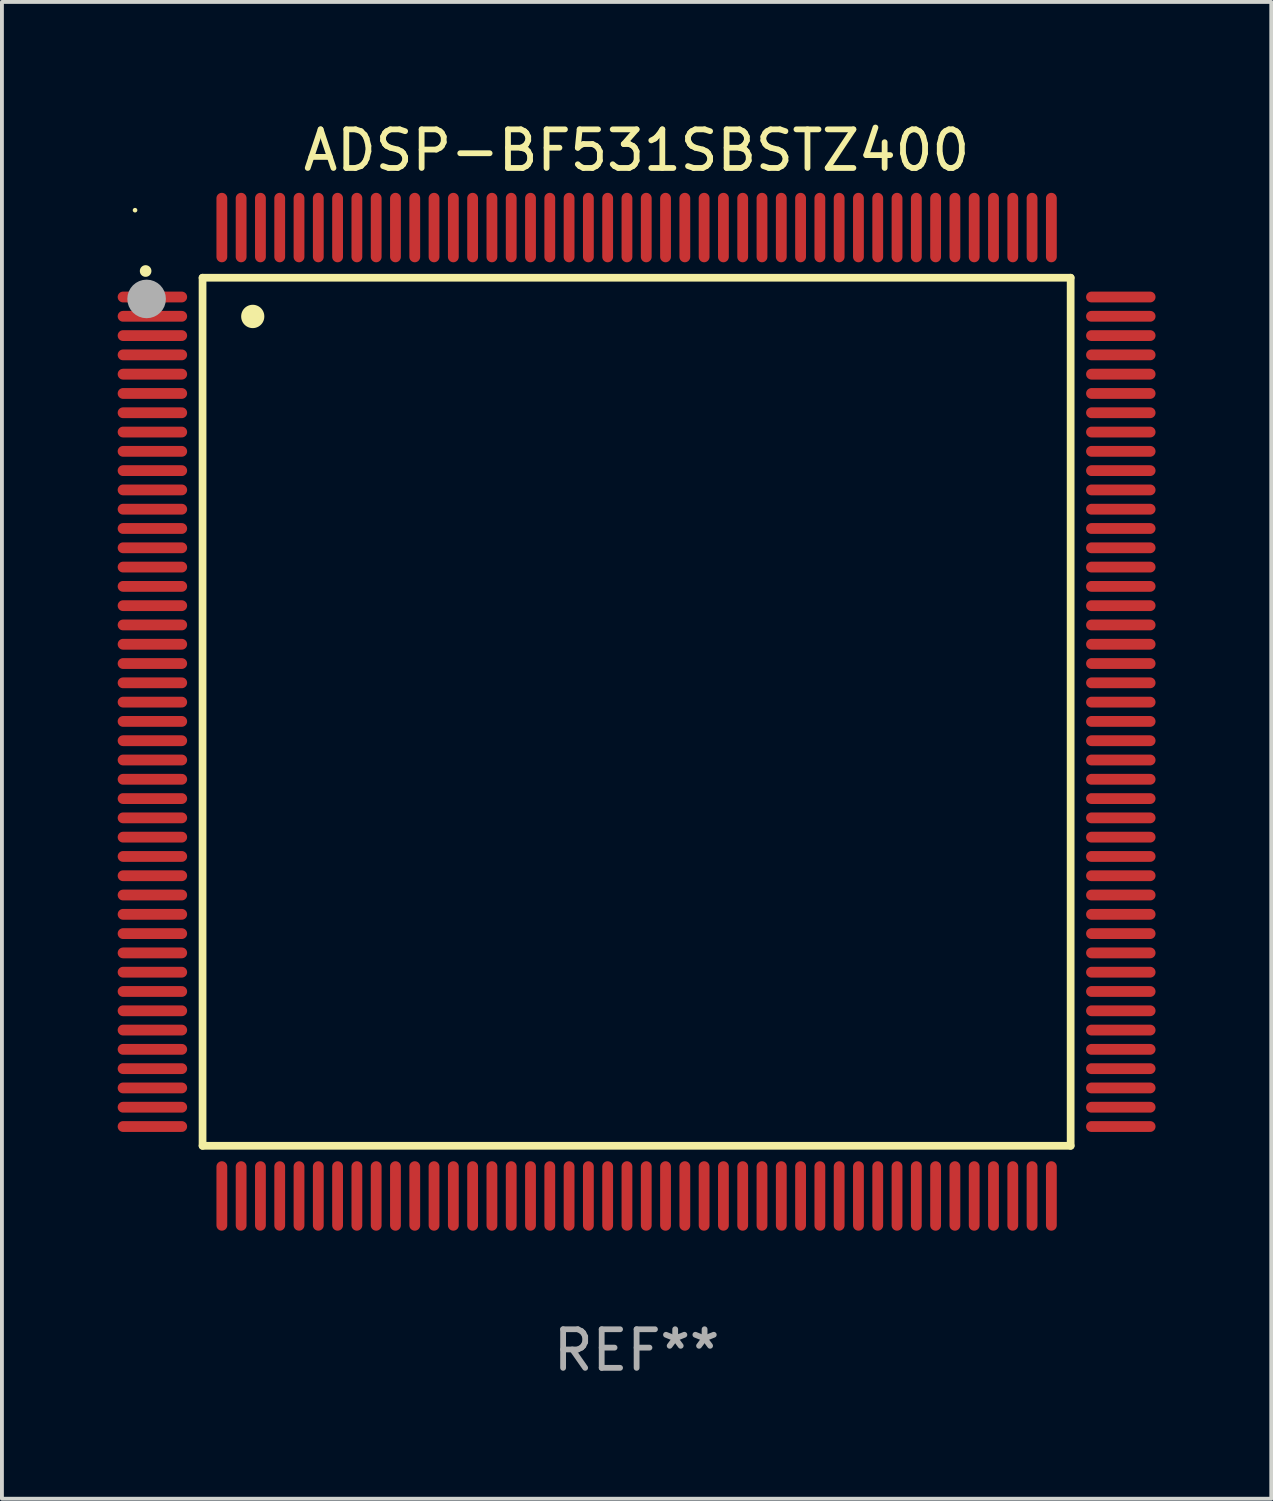
<source format=kicad_pcb>
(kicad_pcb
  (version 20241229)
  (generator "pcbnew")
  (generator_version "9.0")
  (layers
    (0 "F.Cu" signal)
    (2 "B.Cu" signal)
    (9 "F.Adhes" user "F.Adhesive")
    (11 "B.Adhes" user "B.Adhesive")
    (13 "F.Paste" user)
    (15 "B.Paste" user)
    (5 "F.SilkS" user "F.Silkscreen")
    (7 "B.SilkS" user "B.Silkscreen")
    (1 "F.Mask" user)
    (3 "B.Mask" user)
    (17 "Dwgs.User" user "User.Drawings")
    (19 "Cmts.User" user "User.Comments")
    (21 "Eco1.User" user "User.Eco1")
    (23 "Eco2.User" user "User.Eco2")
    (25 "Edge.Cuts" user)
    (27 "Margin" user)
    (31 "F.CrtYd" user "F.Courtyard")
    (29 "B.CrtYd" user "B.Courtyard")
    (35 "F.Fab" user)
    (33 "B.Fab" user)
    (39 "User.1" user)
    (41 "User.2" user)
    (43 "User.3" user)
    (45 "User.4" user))
  (footprint "ADSP-BF531SBSTZ400"
    (layer "F.Cu")
    (at 13.45 15.398)
    (property "Reference" "ADSP-BF531SBSTZ400" (at 0 -14.55 0) (layer "F.SilkS") (effects (font (size 1 1) (thickness 0.15))))
    (attr through_hole)
    (fp_line (start -11.25 -11.25) (end 11.25 -11.25) (stroke (width 0.2) (type solid)) (layer "F.SilkS"))
    (fp_line (start -11.25 11.25) (end -11.25 -11.25) (stroke (width 0.2) (type solid)) (layer "F.SilkS"))
    (fp_line (start 11.25 -11.25) (end 11.25 11.25) (stroke (width 0.2) (type solid)) (layer "F.SilkS"))
    (fp_line (start 11.25 11.25) (end -11.25 11.25) (stroke (width 0.2) (type solid)) (layer "F.SilkS"))
    (fp_arc (start -12.725425 -11.422403) (mid -12.72543 -11.423673) (end -12.725425 -11.424943) (stroke (width 0.3) (type solid)) (layer "F.SilkS"))
    (fp_arc (start -9.9492 -10.24384) (mid -9.949211 -10.24638) (end -9.9492 -10.24892) (stroke (width 0.6) (type solid)) (layer "F.SilkS"))
    (fp_circle (center -13 -13) (end -12.97 -13) (stroke (width 0.06) (type solid)) (fill no) (layer "F.SilkS"))
    (fp_circle (center -12.7 -10.7) (end -12.45 -10.7) (stroke (width 0.5) (type solid)) (fill no) (layer "F.Fab"))
    (fp_text user "REF**" (at 0 16.55 0) (layer "F.Fab") (effects (font (size 1 1) (thickness 0.15))))
    (pad "1" smd oval (at -12.55 -10.75 90) (size 0.28 1.8) (layers "F.Cu" "F.Mask" "F.Paste"))
    (pad "2" smd oval (at -12.55 -10.25 90) (size 0.28 1.8) (layers "F.Cu" "F.Mask" "F.Paste"))
    (pad "3" smd oval (at -12.55 -9.75 90) (size 0.28 1.8) (layers "F.Cu" "F.Mask" "F.Paste"))
    (pad "4" smd oval (at -12.55 -9.25 90) (size 0.28 1.8) (layers "F.Cu" "F.Mask" "F.Paste"))
    (pad "5" smd oval (at -12.55 -8.75 90) (size 0.28 1.8) (layers "F.Cu" "F.Mask" "F.Paste"))
    (pad "6" smd oval (at -12.55 -8.25 90) (size 0.28 1.8) (layers "F.Cu" "F.Mask" "F.Paste"))
    (pad "7" smd oval (at -12.55 -7.75 90) (size 0.28 1.8) (layers "F.Cu" "F.Mask" "F.Paste"))
    (pad "8" smd oval (at -12.55 -7.25 90) (size 0.28 1.8) (layers "F.Cu" "F.Mask" "F.Paste"))
    (pad "9" smd oval (at -12.55 -6.75 90) (size 0.28 1.8) (layers "F.Cu" "F.Mask" "F.Paste"))
    (pad "10" smd oval (at -12.55 -6.25 90) (size 0.28 1.8) (layers "F.Cu" "F.Mask" "F.Paste"))
    (pad "11" smd oval (at -12.55 -5.75 90) (size 0.28 1.8) (layers "F.Cu" "F.Mask" "F.Paste"))
    (pad "12" smd oval (at -12.55 -5.25 90) (size 0.28 1.8) (layers "F.Cu" "F.Mask" "F.Paste"))
    (pad "13" smd oval (at -12.55 -4.75 90) (size 0.28 1.8) (layers "F.Cu" "F.Mask" "F.Paste"))
    (pad "14" smd oval (at -12.55 -4.25 90) (size 0.28 1.8) (layers "F.Cu" "F.Mask" "F.Paste"))
    (pad "15" smd oval (at -12.55 -3.75 90) (size 0.28 1.8) (layers "F.Cu" "F.Mask" "F.Paste"))
    (pad "16" smd oval (at -12.55 -3.25 90) (size 0.28 1.8) (layers "F.Cu" "F.Mask" "F.Paste"))
    (pad "17" smd oval (at -12.55 -2.75 90) (size 0.28 1.8) (layers "F.Cu" "F.Mask" "F.Paste"))
    (pad "18" smd oval (at -12.55 -2.25 90) (size 0.28 1.8) (layers "F.Cu" "F.Mask" "F.Paste"))
    (pad "19" smd oval (at -12.55 -1.75 90) (size 0.28 1.8) (layers "F.Cu" "F.Mask" "F.Paste"))
    (pad "20" smd oval (at -12.55 -1.25 90) (size 0.28 1.8) (layers "F.Cu" "F.Mask" "F.Paste"))
    (pad "21" smd oval (at -12.55 -0.75 90) (size 0.28 1.8) (layers "F.Cu" "F.Mask" "F.Paste"))
    (pad "22" smd oval (at -12.55 -0.25 90) (size 0.28 1.8) (layers "F.Cu" "F.Mask" "F.Paste"))
    (pad "23" smd oval (at -12.55 0.25 90) (size 0.28 1.8) (layers "F.Cu" "F.Mask" "F.Paste"))
    (pad "24" smd oval (at -12.55 0.75 90) (size 0.28 1.8) (layers "F.Cu" "F.Mask" "F.Paste"))
    (pad "25" smd oval (at -12.55 1.25 90) (size 0.28 1.8) (layers "F.Cu" "F.Mask" "F.Paste"))
    (pad "26" smd oval (at -12.55 1.75 90) (size 0.28 1.8) (layers "F.Cu" "F.Mask" "F.Paste"))
    (pad "27" smd oval (at -12.55 2.25 90) (size 0.28 1.8) (layers "F.Cu" "F.Mask" "F.Paste"))
    (pad "28" smd oval (at -12.55 2.75 90) (size 0.28 1.8) (layers "F.Cu" "F.Mask" "F.Paste"))
    (pad "29" smd oval (at -12.55 3.25 90) (size 0.28 1.8) (layers "F.Cu" "F.Mask" "F.Paste"))
    (pad "30" smd oval (at -12.55 3.75 90) (size 0.28 1.8) (layers "F.Cu" "F.Mask" "F.Paste"))
    (pad "31" smd oval (at -12.55 4.25 90) (size 0.28 1.8) (layers "F.Cu" "F.Mask" "F.Paste"))
    (pad "32" smd oval (at -12.55 4.75 90) (size 0.28 1.8) (layers "F.Cu" "F.Mask" "F.Paste"))
    (pad "33" smd oval (at -12.55 5.25 90) (size 0.28 1.8) (layers "F.Cu" "F.Mask" "F.Paste"))
    (pad "34" smd oval (at -12.55 5.75 90) (size 0.28 1.8) (layers "F.Cu" "F.Mask" "F.Paste"))
    (pad "35" smd oval (at -12.55 6.25 90) (size 0.28 1.8) (layers "F.Cu" "F.Mask" "F.Paste"))
    (pad "36" smd oval (at -12.55 6.75 90) (size 0.28 1.8) (layers "F.Cu" "F.Mask" "F.Paste"))
    (pad "37" smd oval (at -12.55 7.25 90) (size 0.28 1.8) (layers "F.Cu" "F.Mask" "F.Paste"))
    (pad "38" smd oval (at -12.55 7.75 90) (size 0.28 1.8) (layers "F.Cu" "F.Mask" "F.Paste"))
    (pad "39" smd oval (at -12.55 8.25 90) (size 0.28 1.8) (layers "F.Cu" "F.Mask" "F.Paste"))
    (pad "40" smd oval (at -12.55 8.75 90) (size 0.28 1.8) (layers "F.Cu" "F.Mask" "F.Paste"))
    (pad "41" smd oval (at -12.55 9.25 90) (size 0.28 1.8) (layers "F.Cu" "F.Mask" "F.Paste"))
    (pad "42" smd oval (at -12.55 9.75 90) (size 0.28 1.8) (layers "F.Cu" "F.Mask" "F.Paste"))
    (pad "43" smd oval (at -12.55 10.25 90) (size 0.28 1.8) (layers "F.Cu" "F.Mask" "F.Paste"))
    (pad "44" smd oval (at -12.55 10.75 90) (size 0.28 1.8) (layers "F.Cu" "F.Mask" "F.Paste"))
    (pad "45" smd oval (at -10.75 12.55) (size 0.28 1.8) (layers "F.Cu" "F.Mask" "F.Paste"))
    (pad "46" smd oval (at -10.25 12.55) (size 0.28 1.8) (layers "F.Cu" "F.Mask" "F.Paste"))
    (pad "47" smd oval (at -9.75 12.55) (size 0.28 1.8) (layers "F.Cu" "F.Mask" "F.Paste"))
    (pad "48" smd oval (at -9.25 12.55) (size 0.28 1.8) (layers "F.Cu" "F.Mask" "F.Paste"))
    (pad "49" smd oval (at -8.75 12.55) (size 0.28 1.8) (layers "F.Cu" "F.Mask" "F.Paste"))
    (pad "50" smd oval (at -8.25 12.55) (size 0.28 1.8) (layers "F.Cu" "F.Mask" "F.Paste"))
    (pad "51" smd oval (at -7.75 12.55) (size 0.28 1.8) (layers "F.Cu" "F.Mask" "F.Paste"))
    (pad "52" smd oval (at -7.25 12.55) (size 0.28 1.8) (layers "F.Cu" "F.Mask" "F.Paste"))
    (pad "53" smd oval (at -6.75 12.55) (size 0.28 1.8) (layers "F.Cu" "F.Mask" "F.Paste"))
    (pad "54" smd oval (at -6.25 12.55) (size 0.28 1.8) (layers "F.Cu" "F.Mask" "F.Paste"))
    (pad "55" smd oval (at -5.75 12.55) (size 0.28 1.8) (layers "F.Cu" "F.Mask" "F.Paste"))
    (pad "56" smd oval (at -5.25 12.55) (size 0.28 1.8) (layers "F.Cu" "F.Mask" "F.Paste"))
    (pad "57" smd oval (at -4.75 12.55) (size 0.28 1.8) (layers "F.Cu" "F.Mask" "F.Paste"))
    (pad "58" smd oval (at -4.25 12.55) (size 0.28 1.8) (layers "F.Cu" "F.Mask" "F.Paste"))
    (pad "59" smd oval (at -3.75 12.55) (size 0.28 1.8) (layers "F.Cu" "F.Mask" "F.Paste"))
    (pad "60" smd oval (at -3.25 12.55) (size 0.28 1.8) (layers "F.Cu" "F.Mask" "F.Paste"))
    (pad "61" smd oval (at -2.75 12.55) (size 0.28 1.8) (layers "F.Cu" "F.Mask" "F.Paste"))
    (pad "62" smd oval (at -2.25 12.55) (size 0.28 1.8) (layers "F.Cu" "F.Mask" "F.Paste"))
    (pad "63" smd oval (at -1.75 12.55) (size 0.28 1.8) (layers "F.Cu" "F.Mask" "F.Paste"))
    (pad "64" smd oval (at -1.25 12.55) (size 0.28 1.8) (layers "F.Cu" "F.Mask" "F.Paste"))
    (pad "65" smd oval (at -0.75 12.55) (size 0.28 1.8) (layers "F.Cu" "F.Mask" "F.Paste"))
    (pad "66" smd oval (at -0.25 12.55) (size 0.28 1.8) (layers "F.Cu" "F.Mask" "F.Paste"))
    (pad "67" smd oval (at 0.25 12.55) (size 0.28 1.8) (layers "F.Cu" "F.Mask" "F.Paste"))
    (pad "68" smd oval (at 0.75 12.55) (size 0.28 1.8) (layers "F.Cu" "F.Mask" "F.Paste"))
    (pad "69" smd oval (at 1.25 12.55) (size 0.28 1.8) (layers "F.Cu" "F.Mask" "F.Paste"))
    (pad "70" smd oval (at 1.75 12.55) (size 0.28 1.8) (layers "F.Cu" "F.Mask" "F.Paste"))
    (pad "71" smd oval (at 2.25 12.55) (size 0.28 1.8) (layers "F.Cu" "F.Mask" "F.Paste"))
    (pad "72" smd oval (at 2.75 12.55) (size 0.28 1.8) (layers "F.Cu" "F.Mask" "F.Paste"))
    (pad "73" smd oval (at 3.25 12.55) (size 0.28 1.8) (layers "F.Cu" "F.Mask" "F.Paste"))
    (pad "74" smd oval (at 3.75 12.55) (size 0.28 1.8) (layers "F.Cu" "F.Mask" "F.Paste"))
    (pad "75" smd oval (at 4.25 12.55) (size 0.28 1.8) (layers "F.Cu" "F.Mask" "F.Paste"))
    (pad "76" smd oval (at 4.75 12.55) (size 0.28 1.8) (layers "F.Cu" "F.Mask" "F.Paste"))
    (pad "77" smd oval (at 5.25 12.55) (size 0.28 1.8) (layers "F.Cu" "F.Mask" "F.Paste"))
    (pad "78" smd oval (at 5.75 12.55) (size 0.28 1.8) (layers "F.Cu" "F.Mask" "F.Paste"))
    (pad "79" smd oval (at 6.25 12.55) (size 0.28 1.8) (layers "F.Cu" "F.Mask" "F.Paste"))
    (pad "80" smd oval (at 6.75 12.55) (size 0.28 1.8) (layers "F.Cu" "F.Mask" "F.Paste"))
    (pad "81" smd oval (at 7.25 12.55) (size 0.28 1.8) (layers "F.Cu" "F.Mask" "F.Paste"))
    (pad "82" smd oval (at 7.75 12.55) (size 0.28 1.8) (layers "F.Cu" "F.Mask" "F.Paste"))
    (pad "83" smd oval (at 8.25 12.55) (size 0.28 1.8) (layers "F.Cu" "F.Mask" "F.Paste"))
    (pad "84" smd oval (at 8.75 12.55) (size 0.28 1.8) (layers "F.Cu" "F.Mask" "F.Paste"))
    (pad "85" smd oval (at 9.25 12.55) (size 0.28 1.8) (layers "F.Cu" "F.Mask" "F.Paste"))
    (pad "86" smd oval (at 9.75 12.55) (size 0.28 1.8) (layers "F.Cu" "F.Mask" "F.Paste"))
    (pad "87" smd oval (at 10.25 12.55) (size 0.28 1.8) (layers "F.Cu" "F.Mask" "F.Paste"))
    (pad "88" smd oval (at 10.75 12.55) (size 0.28 1.8) (layers "F.Cu" "F.Mask" "F.Paste"))
    (pad "89" smd oval (at 12.55 10.75 90) (size 0.28 1.8) (layers "F.Cu" "F.Mask" "F.Paste"))
    (pad "90" smd oval (at 12.55 10.25 90) (size 0.28 1.8) (layers "F.Cu" "F.Mask" "F.Paste"))
    (pad "91" smd oval (at 12.55 9.75 90) (size 0.28 1.8) (layers "F.Cu" "F.Mask" "F.Paste"))
    (pad "92" smd oval (at 12.55 9.25 90) (size 0.28 1.8) (layers "F.Cu" "F.Mask" "F.Paste"))
    (pad "93" smd oval (at 12.55 8.75 90) (size 0.28 1.8) (layers "F.Cu" "F.Mask" "F.Paste"))
    (pad "94" smd oval (at 12.55 8.25 90) (size 0.28 1.8) (layers "F.Cu" "F.Mask" "F.Paste"))
    (pad "95" smd oval (at 12.55 7.75 90) (size 0.28 1.8) (layers "F.Cu" "F.Mask" "F.Paste"))
    (pad "96" smd oval (at 12.55 7.25 90) (size 0.28 1.8) (layers "F.Cu" "F.Mask" "F.Paste"))
    (pad "97" smd oval (at 12.55 6.75 90) (size 0.28 1.8) (layers "F.Cu" "F.Mask" "F.Paste"))
    (pad "98" smd oval (at 12.55 6.25 90) (size 0.28 1.8) (layers "F.Cu" "F.Mask" "F.Paste"))
    (pad "99" smd oval (at 12.55 5.75 90) (size 0.28 1.8) (layers "F.Cu" "F.Mask" "F.Paste"))
    (pad "100" smd oval (at 12.55 5.25 90) (size 0.28 1.8) (layers "F.Cu" "F.Mask" "F.Paste"))
    (pad "101" smd oval (at 12.55 4.75 90) (size 0.28 1.8) (layers "F.Cu" "F.Mask" "F.Paste"))
    (pad "102" smd oval (at 12.55 4.25 90) (size 0.28 1.8) (layers "F.Cu" "F.Mask" "F.Paste"))
    (pad "103" smd oval (at 12.55 3.75 90) (size 0.28 1.8) (layers "F.Cu" "F.Mask" "F.Paste"))
    (pad "104" smd oval (at 12.55 3.25 90) (size 0.28 1.8) (layers "F.Cu" "F.Mask" "F.Paste"))
    (pad "105" smd oval (at 12.55 2.75 90) (size 0.28 1.8) (layers "F.Cu" "F.Mask" "F.Paste"))
    (pad "106" smd oval (at 12.55 2.25 90) (size 0.28 1.8) (layers "F.Cu" "F.Mask" "F.Paste"))
    (pad "107" smd oval (at 12.55 1.75 90) (size 0.28 1.8) (layers "F.Cu" "F.Mask" "F.Paste"))
    (pad "108" smd oval (at 12.55 1.25 90) (size 0.28 1.8) (layers "F.Cu" "F.Mask" "F.Paste"))
    (pad "109" smd oval (at 12.55 0.75 90) (size 0.28 1.8) (layers "F.Cu" "F.Mask" "F.Paste"))
    (pad "110" smd oval (at 12.55 0.25 90) (size 0.28 1.8) (layers "F.Cu" "F.Mask" "F.Paste"))
    (pad "111" smd oval (at 12.55 -0.25 90) (size 0.28 1.8) (layers "F.Cu" "F.Mask" "F.Paste"))
    (pad "112" smd oval (at 12.55 -0.75 90) (size 0.28 1.8) (layers "F.Cu" "F.Mask" "F.Paste"))
    (pad "113" smd oval (at 12.55 -1.25 90) (size 0.28 1.8) (layers "F.Cu" "F.Mask" "F.Paste"))
    (pad "114" smd oval (at 12.55 -1.75 90) (size 0.28 1.8) (layers "F.Cu" "F.Mask" "F.Paste"))
    (pad "115" smd oval (at 12.55 -2.25 90) (size 0.28 1.8) (layers "F.Cu" "F.Mask" "F.Paste"))
    (pad "116" smd oval (at 12.55 -2.75 90) (size 0.28 1.8) (layers "F.Cu" "F.Mask" "F.Paste"))
    (pad "117" smd oval (at 12.55 -3.25 90) (size 0.28 1.8) (layers "F.Cu" "F.Mask" "F.Paste"))
    (pad "118" smd oval (at 12.55 -3.75 90) (size 0.28 1.8) (layers "F.Cu" "F.Mask" "F.Paste"))
    (pad "119" smd oval (at 12.55 -4.25 90) (size 0.28 1.8) (layers "F.Cu" "F.Mask" "F.Paste"))
    (pad "120" smd oval (at 12.55 -4.75 90) (size 0.28 1.8) (layers "F.Cu" "F.Mask" "F.Paste"))
    (pad "121" smd oval (at 12.55 -5.25 90) (size 0.28 1.8) (layers "F.Cu" "F.Mask" "F.Paste"))
    (pad "122" smd oval (at 12.55 -5.75 90) (size 0.28 1.8) (layers "F.Cu" "F.Mask" "F.Paste"))
    (pad "123" smd oval (at 12.55 -6.25 90) (size 0.28 1.8) (layers "F.Cu" "F.Mask" "F.Paste"))
    (pad "124" smd oval (at 12.55 -6.75 90) (size 0.28 1.8) (layers "F.Cu" "F.Mask" "F.Paste"))
    (pad "125" smd oval (at 12.55 -7.25 90) (size 0.28 1.8) (layers "F.Cu" "F.Mask" "F.Paste"))
    (pad "126" smd oval (at 12.55 -7.75 90) (size 0.28 1.8) (layers "F.Cu" "F.Mask" "F.Paste"))
    (pad "127" smd oval (at 12.55 -8.25 90) (size 0.28 1.8) (layers "F.Cu" "F.Mask" "F.Paste"))
    (pad "128" smd oval (at 12.55 -8.75 90) (size 0.28 1.8) (layers "F.Cu" "F.Mask" "F.Paste"))
    (pad "129" smd oval (at 12.55 -9.25 90) (size 0.28 1.8) (layers "F.Cu" "F.Mask" "F.Paste"))
    (pad "130" smd oval (at 12.55 -9.75 90) (size 0.28 1.8) (layers "F.Cu" "F.Mask" "F.Paste"))
    (pad "131" smd oval (at 12.55 -10.25 90) (size 0.28 1.8) (layers "F.Cu" "F.Mask" "F.Paste"))
    (pad "132" smd oval (at 12.55 -10.75 90) (size 0.28 1.8) (layers "F.Cu" "F.Mask" "F.Paste"))
    (pad "133" smd oval (at 10.75 -12.55) (size 0.28 1.8) (layers "F.Cu" "F.Mask" "F.Paste"))
    (pad "134" smd oval (at 10.25 -12.55) (size 0.28 1.8) (layers "F.Cu" "F.Mask" "F.Paste"))
    (pad "135" smd oval (at 9.75 -12.55) (size 0.28 1.8) (layers "F.Cu" "F.Mask" "F.Paste"))
    (pad "136" smd oval (at 9.25 -12.55) (size 0.28 1.8) (layers "F.Cu" "F.Mask" "F.Paste"))
    (pad "137" smd oval (at 8.75 -12.55) (size 0.28 1.8) (layers "F.Cu" "F.Mask" "F.Paste"))
    (pad "138" smd oval (at 8.25 -12.55) (size 0.28 1.8) (layers "F.Cu" "F.Mask" "F.Paste"))
    (pad "139" smd oval (at 7.75 -12.55) (size 0.28 1.8) (layers "F.Cu" "F.Mask" "F.Paste"))
    (pad "140" smd oval (at 7.25 -12.55) (size 0.28 1.8) (layers "F.Cu" "F.Mask" "F.Paste"))
    (pad "141" smd oval (at 6.75 -12.55) (size 0.28 1.8) (layers "F.Cu" "F.Mask" "F.Paste"))
    (pad "142" smd oval (at 6.25 -12.55) (size 0.28 1.8) (layers "F.Cu" "F.Mask" "F.Paste"))
    (pad "143" smd oval (at 5.75 -12.55) (size 0.28 1.8) (layers "F.Cu" "F.Mask" "F.Paste"))
    (pad "144" smd oval (at 5.25 -12.55) (size 0.28 1.8) (layers "F.Cu" "F.Mask" "F.Paste"))
    (pad "145" smd oval (at 4.75 -12.55) (size 0.28 1.8) (layers "F.Cu" "F.Mask" "F.Paste"))
    (pad "146" smd oval (at 4.25 -12.55) (size 0.28 1.8) (layers "F.Cu" "F.Mask" "F.Paste"))
    (pad "147" smd oval (at 3.75 -12.55) (size 0.28 1.8) (layers "F.Cu" "F.Mask" "F.Paste"))
    (pad "148" smd oval (at 3.25 -12.55) (size 0.28 1.8) (layers "F.Cu" "F.Mask" "F.Paste"))
    (pad "149" smd oval (at 2.75 -12.55) (size 0.28 1.8) (layers "F.Cu" "F.Mask" "F.Paste"))
    (pad "150" smd oval (at 2.25 -12.55) (size 0.28 1.8) (layers "F.Cu" "F.Mask" "F.Paste"))
    (pad "151" smd oval (at 1.75 -12.55) (size 0.28 1.8) (layers "F.Cu" "F.Mask" "F.Paste"))
    (pad "152" smd oval (at 1.25 -12.55) (size 0.28 1.8) (layers "F.Cu" "F.Mask" "F.Paste"))
    (pad "153" smd oval (at 0.75 -12.55) (size 0.28 1.8) (layers "F.Cu" "F.Mask" "F.Paste"))
    (pad "154" smd oval (at 0.25 -12.55) (size 0.28 1.8) (layers "F.Cu" "F.Mask" "F.Paste"))
    (pad "155" smd oval (at -0.25 -12.55) (size 0.28 1.8) (layers "F.Cu" "F.Mask" "F.Paste"))
    (pad "156" smd oval (at -0.75 -12.55) (size 0.28 1.8) (layers "F.Cu" "F.Mask" "F.Paste"))
    (pad "157" smd oval (at -1.25 -12.55) (size 0.28 1.8) (layers "F.Cu" "F.Mask" "F.Paste"))
    (pad "158" smd oval (at -1.75 -12.55) (size 0.28 1.8) (layers "F.Cu" "F.Mask" "F.Paste"))
    (pad "159" smd oval (at -2.25 -12.55) (size 0.28 1.8) (layers "F.Cu" "F.Mask" "F.Paste"))
    (pad "160" smd oval (at -2.75 -12.55) (size 0.28 1.8) (layers "F.Cu" "F.Mask" "F.Paste"))
    (pad "161" smd oval (at -3.25 -12.55) (size 0.28 1.8) (layers "F.Cu" "F.Mask" "F.Paste"))
    (pad "162" smd oval (at -3.75 -12.55) (size 0.28 1.8) (layers "F.Cu" "F.Mask" "F.Paste"))
    (pad "163" smd oval (at -4.25 -12.55) (size 0.28 1.8) (layers "F.Cu" "F.Mask" "F.Paste"))
    (pad "164" smd oval (at -4.75 -12.55) (size 0.28 1.8) (layers "F.Cu" "F.Mask" "F.Paste"))
    (pad "165" smd oval (at -5.25 -12.55) (size 0.28 1.8) (layers "F.Cu" "F.Mask" "F.Paste"))
    (pad "166" smd oval (at -5.75 -12.55) (size 0.28 1.8) (layers "F.Cu" "F.Mask" "F.Paste"))
    (pad "167" smd oval (at -6.25 -12.55) (size 0.28 1.8) (layers "F.Cu" "F.Mask" "F.Paste"))
    (pad "168" smd oval (at -6.75 -12.55) (size 0.28 1.8) (layers "F.Cu" "F.Mask" "F.Paste"))
    (pad "169" smd oval (at -7.25 -12.55) (size 0.28 1.8) (layers "F.Cu" "F.Mask" "F.Paste"))
    (pad "170" smd oval (at -7.75 -12.55) (size 0.28 1.8) (layers "F.Cu" "F.Mask" "F.Paste"))
    (pad "171" smd oval (at -8.25 -12.55) (size 0.28 1.8) (layers "F.Cu" "F.Mask" "F.Paste"))
    (pad "172" smd oval (at -8.75 -12.55) (size 0.28 1.8) (layers "F.Cu" "F.Mask" "F.Paste"))
    (pad "173" smd oval (at -9.25 -12.55) (size 0.28 1.8) (layers "F.Cu" "F.Mask" "F.Paste"))
    (pad "174" smd oval (at -9.75 -12.55) (size 0.28 1.8) (layers "F.Cu" "F.Mask" "F.Paste"))
    (pad "175" smd oval (at -10.25 -12.55) (size 0.28 1.8) (layers "F.Cu" "F.Mask" "F.Paste"))
    (pad "176" smd oval (at -10.75 -12.55) (size 0.28 1.8) (layers "F.Cu" "F.Mask" "F.Paste")))
  (gr_rect
    (start -3 -3)
    (end 29.9 35.796)
    (stroke (width 0.1) (type default))
    (fill no)
    (layer "Edge.Cuts")))
</source>
